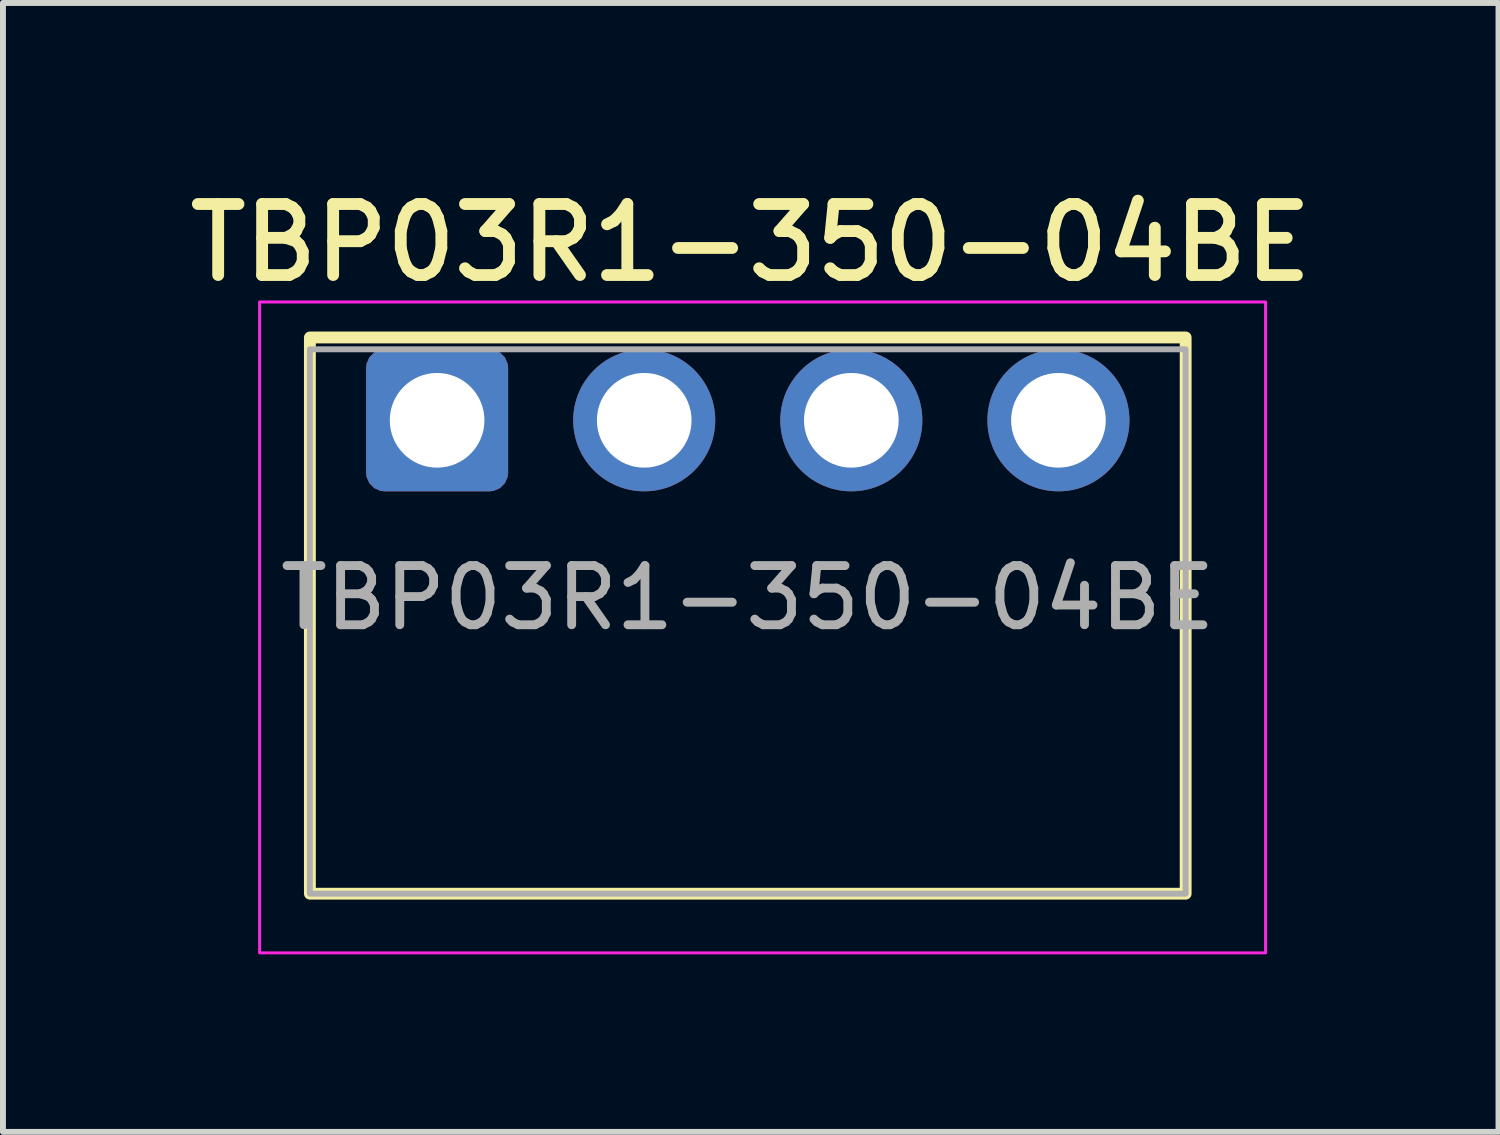
<source format=kicad_pcb>
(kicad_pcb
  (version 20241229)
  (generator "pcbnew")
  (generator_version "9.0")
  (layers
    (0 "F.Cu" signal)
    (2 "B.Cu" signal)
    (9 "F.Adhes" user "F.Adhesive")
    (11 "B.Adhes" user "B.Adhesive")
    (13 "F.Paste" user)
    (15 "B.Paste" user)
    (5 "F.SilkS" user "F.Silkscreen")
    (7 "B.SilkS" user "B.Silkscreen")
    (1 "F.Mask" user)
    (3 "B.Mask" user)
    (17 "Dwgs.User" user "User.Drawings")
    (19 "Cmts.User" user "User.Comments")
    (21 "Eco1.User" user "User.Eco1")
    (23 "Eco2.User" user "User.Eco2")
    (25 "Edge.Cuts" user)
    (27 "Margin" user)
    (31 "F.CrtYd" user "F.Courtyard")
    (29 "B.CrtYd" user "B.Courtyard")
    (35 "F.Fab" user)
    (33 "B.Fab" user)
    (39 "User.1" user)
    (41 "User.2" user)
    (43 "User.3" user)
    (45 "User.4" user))
  (footprint "TBP03R1-350-04BE"
    (layer "F.Cu")
    (at 4.337 4.053)
    (property "Reference" "TBP03R1-350-04BE" (at 5.3 -3 0) (unlocked yes) (layer "F.SilkS") (effects (font (size 1.2 1.2) (thickness 0.2))))
    (attr through_hole)
    (fp_rect (start -2.15 -1.4) (end 12.65 8) (stroke (width 0.2) (type default)) (fill no) (layer "F.SilkS"))
    (fp_rect (start -3 -2) (end 14 9) (stroke (width 0.05) (type default)) (fill no) (layer "F.CrtYd"))
    (fp_rect (start -2.15 -1.2) (end 12.65 8) (stroke (width 0.1) (type default)) (fill no) (layer "F.Fab"))
    (fp_text user "${REFERENCE}" (at 5.25 3 0) (unlocked yes) (layer "F.Fab") (effects (font (size 1 1) (thickness 0.15))))
    (pad "1" thru_hole roundrect (at 0 0) (size 2.4 2.4) (drill 1.6) (layers "*.Cu" "*.Mask") (roundrect_rratio 0.131))
    (pad "2" thru_hole circle (at 3.5 0) (size 2.4 2.4) (drill 1.6) (layers "*.Cu" "*.Mask"))
    (pad "3" thru_hole circle (at 7 0) (size 2.4 2.4) (drill 1.6) (layers "*.Cu" "*.Mask"))
    (pad "4" thru_hole circle (at 10.5 0) (size 2.4 2.4) (drill 1.6) (layers "*.Cu" "*.Mask")))
  (gr_rect
    (start -3 -3)
    (end 22.274 16.078)
    (stroke (width 0.1) (type default))
    (fill no)
    (layer "Edge.Cuts")))
</source>
